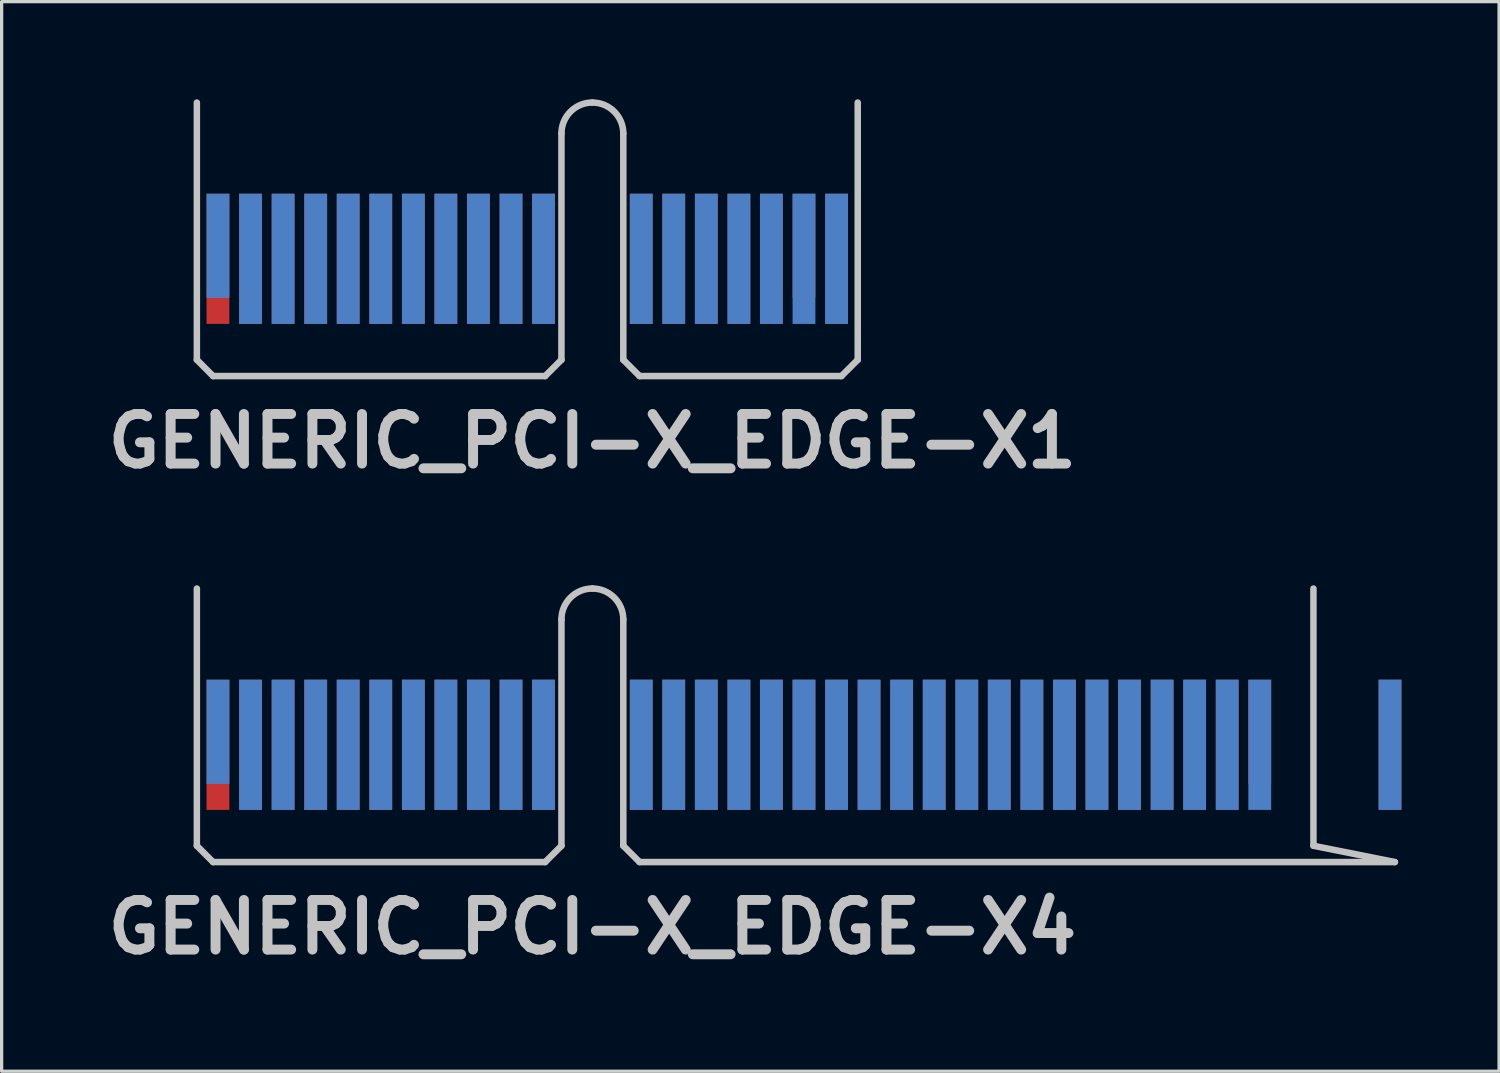
<source format=kicad_pcb>
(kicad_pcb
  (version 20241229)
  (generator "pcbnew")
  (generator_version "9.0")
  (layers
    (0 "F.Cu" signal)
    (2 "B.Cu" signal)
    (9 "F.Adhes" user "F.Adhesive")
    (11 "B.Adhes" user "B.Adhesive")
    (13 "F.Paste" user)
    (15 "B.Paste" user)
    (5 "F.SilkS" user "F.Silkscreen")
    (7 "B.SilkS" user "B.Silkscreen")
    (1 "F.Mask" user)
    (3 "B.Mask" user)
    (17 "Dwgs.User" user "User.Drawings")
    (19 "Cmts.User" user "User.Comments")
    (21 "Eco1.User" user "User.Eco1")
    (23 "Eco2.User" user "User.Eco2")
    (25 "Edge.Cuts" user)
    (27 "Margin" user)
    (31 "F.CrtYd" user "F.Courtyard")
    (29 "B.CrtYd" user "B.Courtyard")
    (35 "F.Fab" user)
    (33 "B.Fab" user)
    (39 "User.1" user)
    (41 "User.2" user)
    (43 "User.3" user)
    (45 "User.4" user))
  (footprint "GENERIC_PCI-X_EDGE-X1"
    (layer "F.Cu")
    (at 15.146 4.301)
    (property "Reference" "GENERIC_PCI-X_EDGE-X1" (at 0 6.2 0) (layer "Dwgs.User") (effects (font (size 1.524 1.524) (thickness 0.305))))
    (attr smd)
    (fp_line (start -12.149 3.701) (end -12.149 -4.201) (stroke (width 0.2) (type solid)) (layer "Dwgs.User"))
    (fp_line (start -11.651 4.201) (end -12.149 3.701) (stroke (width 0.2) (type solid)) (layer "Dwgs.User"))
    (fp_line (start -1.45 4.201) (end -11.651 4.201) (stroke (width 0.2) (type solid)) (layer "Dwgs.User"))
    (fp_line (start -0.95 -3.251) (end -0.95 3.701) (stroke (width 0.2) (type solid)) (layer "Dwgs.User"))
    (fp_line (start -0.95 3.701) (end -1.45 4.201) (stroke (width 0.2) (type solid)) (layer "Dwgs.User"))
    (fp_line (start 0.95 3.701) (end 0.95 -3.251) (stroke (width 0.2) (type solid)) (layer "Dwgs.User"))
    (fp_line (start 0.95 3.701) (end 1.45 4.201) (stroke (width 0.2) (type solid)) (layer "Dwgs.User"))
    (fp_line (start 1.45 4.201) (end 7.65 4.201) (stroke (width 0.2) (type solid)) (layer "Dwgs.User"))
    (fp_line (start 7.65 4.201) (end 8.151 3.701) (stroke (width 0.2) (type solid)) (layer "Dwgs.User"))
    (fp_line (start 8.151 3.701) (end 8.151 -4.201) (stroke (width 0.2) (type solid)) (layer "Dwgs.User"))
    (fp_arc (start -0.94996 -3.2512) (mid -0.671723 -3.922923) (end 0 -4.20116) (stroke (width 0.2) (type solid)) (layer "Dwgs.User"))
    (fp_arc (start 0 -4.20116) (mid 0.671723 -3.922923) (end 0.94996 -3.2512) (stroke (width 0.2) (type solid)) (layer "Dwgs.User"))
    (pad "A1" smd rect (at -11.501 0.201) (size 0.701 3.2) (layers "F.Mask" "B.Cu" "F.Paste"))
    (pad "A2" smd rect (at -10.5 0.599) (size 0.701 4) (layers "F.Mask" "B.Cu" "F.Paste"))
    (pad "A3" smd rect (at -9.5 0.599) (size 0.701 4) (layers "F.Mask" "B.Cu" "F.Paste"))
    (pad "A4" smd rect (at -8.499 0.599) (size 0.701 4) (layers "F.Mask" "B.Cu" "F.Paste"))
    (pad "A5" smd rect (at -7.501 0.599) (size 0.701 4) (layers "F.Mask" "B.Cu" "F.Paste"))
    (pad "A6" smd rect (at -6.5 0.599) (size 0.701 4) (layers "F.Mask" "B.Cu" "F.Paste"))
    (pad "A7" smd rect (at -5.499 0.599) (size 0.701 4) (layers "F.Mask" "B.Cu" "F.Paste"))
    (pad "A8" smd rect (at -4.501 0.599) (size 0.701 4) (layers "F.Mask" "B.Cu" "F.Paste"))
    (pad "A9" smd rect (at -3.5 0.599) (size 0.701 4) (layers "F.Mask" "B.Cu" "F.Paste"))
    (pad "A10" smd rect (at -2.499 0.599) (size 0.701 4) (layers "F.Mask" "B.Cu" "F.Paste"))
    (pad "A11" smd rect (at -1.501 0.599) (size 0.701 4) (layers "F.Mask" "B.Cu" "F.Paste"))
    (pad "A12" smd rect (at 1.501 0.599) (size 0.701 4) (layers "F.Mask" "B.Cu" "F.Paste"))
    (pad "A13" smd rect (at 2.499 0.599) (size 0.701 4) (layers "F.Mask" "B.Cu" "F.Paste"))
    (pad "A14" smd rect (at 3.5 0.599) (size 0.701 4) (layers "F.Mask" "B.Cu" "F.Paste"))
    (pad "A15" smd rect (at 4.501 0.599) (size 0.701 4) (layers "F.Mask" "B.Cu" "F.Paste"))
    (pad "A16" smd rect (at 5.499 0.599) (size 0.701 4) (layers "F.Mask" "B.Cu" "F.Paste"))
    (pad "A17" smd rect (at 6.5 0.599) (size 0.701 4) (layers "F.Mask" "B.Cu" "F.Paste"))
    (pad "A18" smd rect (at 7.501 0.599) (size 0.701 4) (layers "F.Mask" "B.Cu" "F.Paste"))
    (pad "B1" smd rect (at -11.501 0.599) (size 0.701 4) (layers "F.Cu" "F.Mask" "F.Paste"))
    (pad "B2" smd rect (at -10.5 0.599) (size 0.701 4) (layers "F.Cu" "F.Mask" "F.Paste"))
    (pad "B3" smd rect (at -9.5 0.599) (size 0.701 4) (layers "F.Cu" "F.Mask" "F.Paste"))
    (pad "B4" smd rect (at -8.499 0.599) (size 0.701 4) (layers "F.Cu" "F.Mask" "F.Paste"))
    (pad "B5" smd rect (at -7.501 0.599) (size 0.701 4) (layers "F.Cu" "F.Mask" "F.Paste"))
    (pad "B6" smd rect (at -6.5 0.599) (size 0.701 4) (layers "F.Cu" "F.Mask" "F.Paste"))
    (pad "B7" smd rect (at -5.499 0.599) (size 0.701 4) (layers "F.Cu" "F.Mask" "F.Paste"))
    (pad "B8" smd rect (at -4.501 0.599) (size 0.701 4) (layers "F.Cu" "F.Mask" "F.Paste"))
    (pad "B9" smd rect (at -3.5 0.599) (size 0.701 4) (layers "F.Cu" "F.Mask" "F.Paste"))
    (pad "B10" smd rect (at -2.499 0.599) (size 0.701 4) (layers "F.Cu" "F.Mask" "F.Paste"))
    (pad "B11" smd rect (at -1.501 0.599) (size 0.701 4) (layers "F.Cu" "F.Mask" "F.Paste"))
    (pad "B12" smd rect (at 1.501 0.599) (size 0.701 4) (layers "F.Cu" "F.Mask" "F.Paste"))
    (pad "B13" smd rect (at 2.499 0.599) (size 0.701 4) (layers "F.Cu" "F.Mask" "F.Paste"))
    (pad "B14" smd rect (at 3.5 0.599) (size 0.701 4) (layers "F.Cu" "F.Mask" "F.Paste"))
    (pad "B15" smd rect (at 4.501 0.599) (size 0.701 4) (layers "F.Cu" "F.Mask" "F.Paste"))
    (pad "B16" smd rect (at 5.499 0.599) (size 0.701 4) (layers "F.Cu" "F.Mask" "F.Paste"))
    (pad "B17" smd rect (at 6.5 0.201) (size 0.701 3.2) (layers "F.Cu" "F.Mask" "F.Paste"))
    (pad "B18" smd rect (at 7.501 0.599) (size 0.701 4) (layers "F.Cu" "F.Mask" "F.Paste")))
  (footprint "GENERIC_PCI-X_EDGE-X4"
    (layer "F.Cu")
    (at 15.146 19.229)
    (property "Reference" "GENERIC_PCI-X_EDGE-X4" (at 0 6.2 0) (layer "Dwgs.User") (effects (font (size 1.524 1.524) (thickness 0.305))))
    (attr smd)
    (fp_line (start -12.149 3.701) (end -12.149 -4.201) (stroke (width 0.2) (type solid)) (layer "Dwgs.User"))
    (fp_line (start -11.651 4.201) (end -12.149 3.701) (stroke (width 0.2) (type solid)) (layer "Dwgs.User"))
    (fp_line (start -1.45 4.201) (end -11.651 4.201) (stroke (width 0.2) (type solid)) (layer "Dwgs.User"))
    (fp_line (start -0.95 -3.251) (end -0.95 3.701) (stroke (width 0.2) (type solid)) (layer "Dwgs.User"))
    (fp_line (start -0.95 3.701) (end -1.45 4.201) (stroke (width 0.2) (type solid)) (layer "Dwgs.User"))
    (fp_line (start 0.95 3.701) (end 0.95 -3.251) (stroke (width 0.2) (type solid)) (layer "Dwgs.User"))
    (fp_line (start 0.95 3.701) (end 1.45 4.201) (stroke (width 0.2) (type solid)) (layer "Dwgs.User"))
    (fp_line (start 1.45 4.201) (end 24.651 4.201) (stroke (width 0.2) (type solid)) (layer "Dwgs.User"))
    (fp_line (start 22.149 3.701) (end 22.149 -4.201) (stroke (width 0.2) (type solid)) (layer "Dwgs.User"))
    (fp_line (start 24.651 4.201) (end 22.151 3.701) (stroke (width 0.2) (type solid)) (layer "Dwgs.User"))
    (fp_arc (start -0.94996 -3.2512) (mid -0.671723 -3.922923) (end 0 -4.20116) (stroke (width 0.2) (type solid)) (layer "Dwgs.User"))
    (fp_arc (start 0 -4.20116) (mid 0.671723 -3.922923) (end 0.94996 -3.2512) (stroke (width 0.2) (type solid)) (layer "Dwgs.User"))
    (pad "A1" smd rect (at -11.501 0.201) (size 0.701 3.2) (layers "F.Mask" "B.Cu" "F.Paste"))
    (pad "A2" smd rect (at -10.5 0.599) (size 0.701 4) (layers "F.Mask" "B.Cu" "F.Paste"))
    (pad "A3" smd rect (at -9.5 0.599) (size 0.701 4) (layers "F.Mask" "B.Cu" "F.Paste"))
    (pad "A4" smd rect (at -8.499 0.599) (size 0.701 4) (layers "F.Mask" "B.Cu" "F.Paste"))
    (pad "A5" smd rect (at -7.501 0.599) (size 0.701 4) (layers "F.Mask" "B.Cu" "F.Paste"))
    (pad "A6" smd rect (at -6.5 0.599) (size 0.701 4) (layers "F.Mask" "B.Cu" "F.Paste"))
    (pad "A7" smd rect (at -5.499 0.599) (size 0.701 4) (layers "F.Mask" "B.Cu" "F.Paste"))
    (pad "A8" smd rect (at -4.501 0.599) (size 0.701 4) (layers "F.Mask" "B.Cu" "F.Paste"))
    (pad "A9" smd rect (at -3.5 0.599) (size 0.701 4) (layers "F.Mask" "B.Cu" "F.Paste"))
    (pad "A10" smd rect (at -2.499 0.599) (size 0.701 4) (layers "F.Mask" "B.Cu" "F.Paste"))
    (pad "A11" smd rect (at -1.501 0.599) (size 0.701 4) (layers "F.Mask" "B.Cu" "F.Paste"))
    (pad "A12" smd rect (at 1.501 0.599) (size 0.701 4) (layers "F.Mask" "B.Cu" "F.Paste"))
    (pad "A13" smd rect (at 2.499 0.599) (size 0.701 4) (layers "F.Mask" "B.Cu" "F.Paste"))
    (pad "A14" smd rect (at 3.5 0.599) (size 0.701 4) (layers "F.Mask" "B.Cu" "F.Paste"))
    (pad "A15" smd rect (at 4.501 0.599) (size 0.701 4) (layers "F.Mask" "B.Cu" "F.Paste"))
    (pad "A16" smd rect (at 5.499 0.599) (size 0.701 4) (layers "F.Mask" "B.Cu" "F.Paste"))
    (pad "A17" smd rect (at 6.5 0.599) (size 0.701 4) (layers "F.Mask" "B.Cu" "F.Paste"))
    (pad "A18" smd rect (at 7.501 0.599) (size 0.701 4) (layers "F.Mask" "B.Cu" "F.Paste"))
    (pad "A19" smd rect (at 8.499 0.599) (size 0.701 4) (layers "F.Mask" "B.Cu" "F.Paste"))
    (pad "A20" smd rect (at 9.5 0.599) (size 0.701 4) (layers "F.Mask" "B.Cu" "F.Paste"))
    (pad "A21" smd rect (at 10.5 0.599) (size 0.701 4) (layers "F.Mask" "B.Cu" "F.Paste"))
    (pad "A22" smd rect (at 11.501 0.599) (size 0.701 4) (layers "F.Mask" "B.Cu" "F.Paste"))
    (pad "A23" smd rect (at 12.499 0.599) (size 0.701 4) (layers "F.Mask" "B.Cu" "F.Paste"))
    (pad "A24" smd rect (at 13.5 0.599) (size 0.701 4) (layers "F.Mask" "B.Cu" "F.Paste"))
    (pad "A25" smd rect (at 14.501 0.599) (size 0.701 4) (layers "F.Mask" "B.Cu" "F.Paste"))
    (pad "A26" smd rect (at 15.499 0.599) (size 0.701 4) (layers "F.Mask" "B.Cu" "F.Paste"))
    (pad "A27" smd rect (at 16.5 0.599) (size 0.701 4) (layers "F.Mask" "B.Cu" "F.Paste"))
    (pad "A28" smd rect (at 17.501 0.599) (size 0.701 4) (layers "F.Mask" "B.Cu" "F.Paste"))
    (pad "A29" smd rect (at 18.499 0.599) (size 0.701 4) (layers "F.Mask" "B.Cu" "F.Paste"))
    (pad "A30" smd rect (at 19.5 0.599) (size 0.701 4) (layers "F.Mask" "B.Cu" "F.Paste"))
    (pad "A31" smd rect (at 20.5 0.599) (size 0.701 4) (layers "F.Mask" "B.Cu" "F.Paste"))
    (pad "A32" smd rect (at 24.501 0.599) (size 0.701 4) (layers "F.Mask" "B.Cu" "F.Paste"))
    (pad "B1" smd rect (at -11.501 0.599) (size 0.701 4) (layers "F.Cu" "F.Mask" "F.Paste"))
    (pad "B2" smd rect (at -10.5 0.599) (size 0.701 4) (layers "F.Cu" "F.Mask" "F.Paste"))
    (pad "B3" smd rect (at -9.5 0.599) (size 0.701 4) (layers "F.Cu" "F.Mask" "F.Paste"))
    (pad "B4" smd rect (at -8.499 0.599) (size 0.701 4) (layers "F.Cu" "F.Mask" "F.Paste"))
    (pad "B5" smd rect (at -7.501 0.599) (size 0.701 4) (layers "F.Cu" "F.Mask" "F.Paste"))
    (pad "B6" smd rect (at -6.5 0.599) (size 0.701 4) (layers "F.Cu" "F.Mask" "F.Paste"))
    (pad "B7" smd rect (at -5.499 0.599) (size 0.701 4) (layers "F.Cu" "F.Mask" "F.Paste"))
    (pad "B8" smd rect (at -4.501 0.599) (size 0.701 4) (layers "F.Cu" "F.Mask" "F.Paste"))
    (pad "B9" smd rect (at -3.5 0.599) (size 0.701 4) (layers "F.Cu" "F.Mask" "F.Paste"))
    (pad "B10" smd rect (at -2.499 0.599) (size 0.701 4) (layers "F.Cu" "F.Mask" "F.Paste"))
    (pad "B11" smd rect (at -1.501 0.599) (size 0.701 4) (layers "F.Cu" "F.Mask" "F.Paste"))
    (pad "B12" smd rect (at 1.501 0.599) (size 0.701 4) (layers "F.Cu" "F.Mask" "F.Paste"))
    (pad "B13" smd rect (at 2.499 0.599) (size 0.701 4) (layers "F.Cu" "F.Mask" "F.Paste"))
    (pad "B14" smd rect (at 3.5 0.599) (size 0.701 4) (layers "F.Cu" "F.Mask" "F.Paste"))
    (pad "B15" smd rect (at 4.501 0.599) (size 0.701 4) (layers "F.Cu" "F.Mask" "F.Paste"))
    (pad "B16" smd rect (at 5.499 0.599) (size 0.701 4) (layers "F.Cu" "F.Mask" "F.Paste"))
    (pad "B17" smd rect (at 6.5 0.599) (size 0.701 4) (layers "F.Cu" "F.Mask" "F.Paste"))
    (pad "B18" smd rect (at 7.501 0.599) (size 0.701 4) (layers "F.Cu" "F.Mask" "F.Paste"))
    (pad "B19" smd rect (at 8.499 0.599) (size 0.701 4) (layers "F.Cu" "F.Mask" "F.Paste"))
    (pad "B20" smd rect (at 9.5 0.599) (size 0.701 4) (layers "F.Cu" "F.Mask" "F.Paste"))
    (pad "B21" smd rect (at 10.5 0.599) (size 0.701 4) (layers "F.Cu" "F.Mask" "F.Paste"))
    (pad "B22" smd rect (at 11.501 0.599) (size 0.701 4) (layers "F.Cu" "F.Mask" "F.Paste"))
    (pad "B23" smd rect (at 12.499 0.599) (size 0.701 4) (layers "F.Cu" "F.Mask" "F.Paste"))
    (pad "B24" smd rect (at 13.5 0.599) (size 0.701 4) (layers "F.Cu" "F.Mask" "F.Paste"))
    (pad "B25" smd rect (at 14.501 0.599) (size 0.701 4) (layers "F.Cu" "F.Mask" "F.Paste"))
    (pad "B26" smd rect (at 15.499 0.599) (size 0.701 4) (layers "F.Cu" "F.Mask" "F.Paste"))
    (pad "B27" smd rect (at 16.5 0.599) (size 0.701 4) (layers "F.Cu" "F.Mask" "F.Paste"))
    (pad "B28" smd rect (at 17.501 0.599) (size 0.701 4) (layers "F.Cu" "F.Mask" "F.Paste"))
    (pad "B29" smd rect (at 18.499 0.599) (size 0.701 4) (layers "F.Cu" "F.Mask" "F.Paste"))
    (pad "B30" smd rect (at 19.5 0.599) (size 0.701 4) (layers "F.Cu" "F.Mask" "F.Paste"))
    (pad "B31" smd rect (at 20.5 0.201) (size 0.701 3.2) (layers "F.Cu" "F.Mask" "F.Paste"))
    (pad "B32" smd rect (at 24.501 0.599) (size 0.701 4) (layers "F.Cu" "F.Mask" "F.Paste")))
  (gr_rect
    (start -3 -3)
    (end 42.997 29.856)
    (stroke (width 0.1) (type default))
    (fill no)
    (layer "Edge.Cuts")))
</source>
